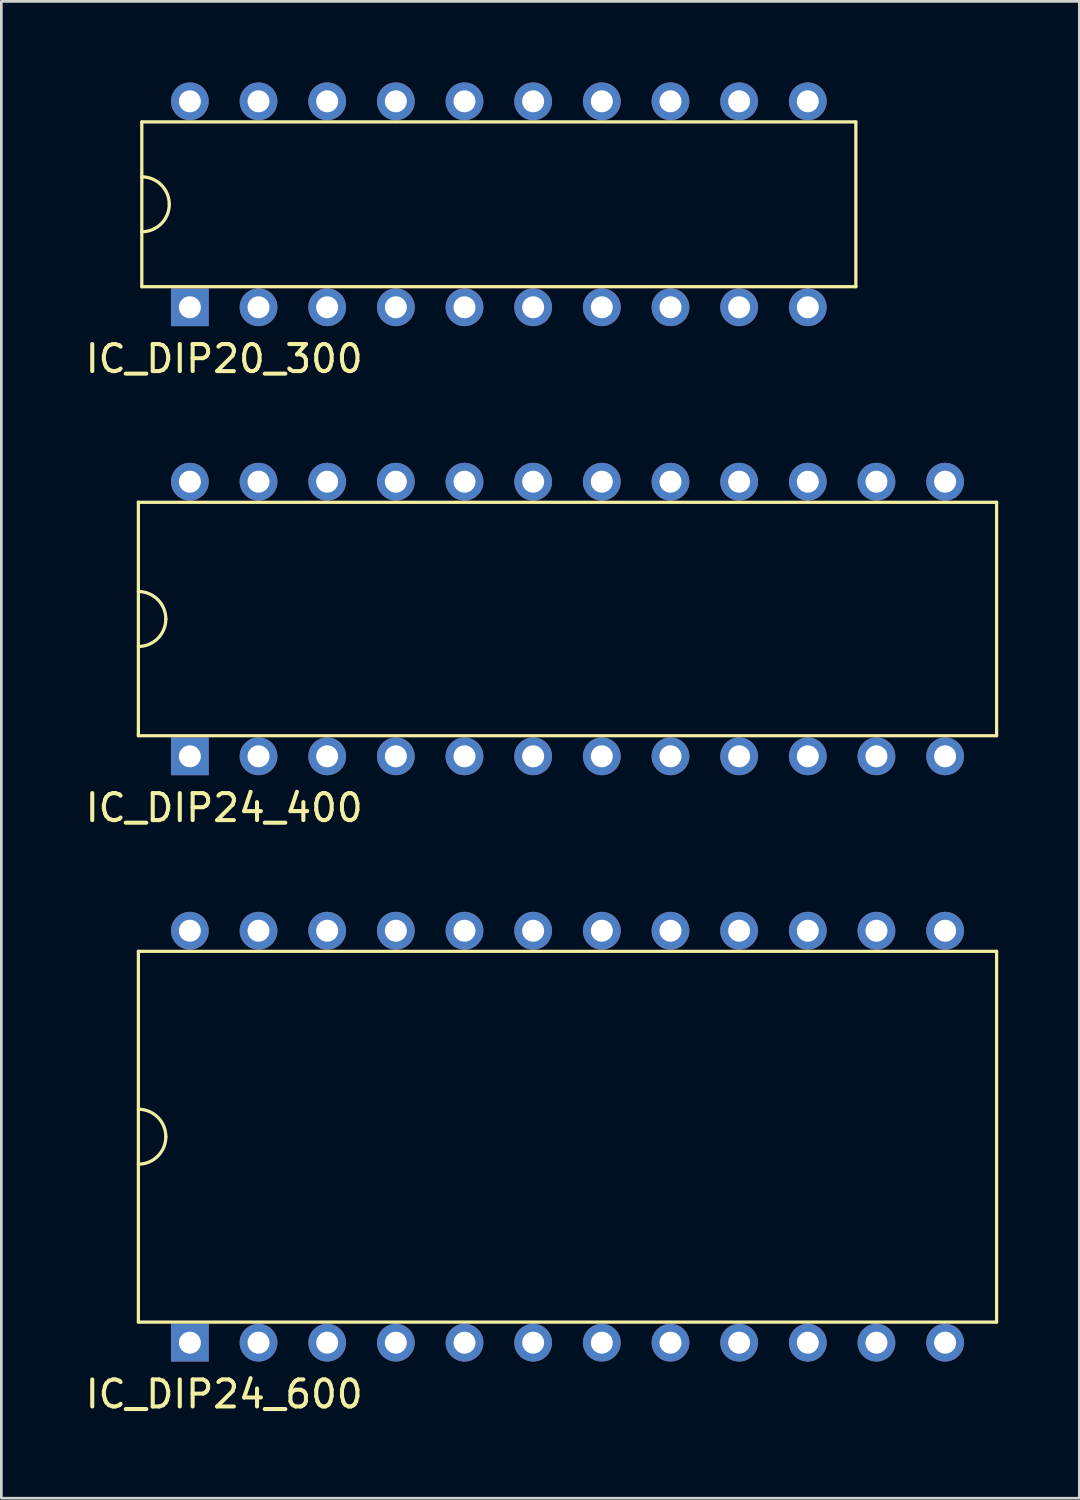
<source format=kicad_pcb>
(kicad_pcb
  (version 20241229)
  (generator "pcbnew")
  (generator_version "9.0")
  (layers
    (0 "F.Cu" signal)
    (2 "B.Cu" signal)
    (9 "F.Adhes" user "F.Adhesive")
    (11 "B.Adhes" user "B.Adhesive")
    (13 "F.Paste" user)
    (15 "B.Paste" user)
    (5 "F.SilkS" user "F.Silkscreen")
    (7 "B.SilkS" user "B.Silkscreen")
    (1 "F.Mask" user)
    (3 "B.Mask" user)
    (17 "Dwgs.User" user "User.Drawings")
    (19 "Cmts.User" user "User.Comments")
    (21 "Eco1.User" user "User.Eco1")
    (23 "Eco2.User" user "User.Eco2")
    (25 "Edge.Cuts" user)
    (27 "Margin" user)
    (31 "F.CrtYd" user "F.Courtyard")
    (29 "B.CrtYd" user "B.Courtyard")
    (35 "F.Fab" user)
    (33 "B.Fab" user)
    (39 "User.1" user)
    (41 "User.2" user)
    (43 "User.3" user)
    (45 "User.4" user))
  (footprint "IC_DIP20_300"
    (layer "F.Cu")
    (at 15.404 4.508)
    (property "Reference" "IC_DIP20_300" (at -10.16 5.715 0) (layer "F.SilkS") (effects (font (size 1 1) (thickness 0.15))))
    (attr through_hole)
    (fp_line (start -13.208 -3.048) (end 13.208 -3.048) (stroke (width 0.12) (type solid)) (layer "F.SilkS"))
    (fp_line (start -13.208 3.048) (end -13.208 -3.048) (stroke (width 0.12) (type solid)) (layer "F.SilkS"))
    (fp_line (start 13.208 -3.048) (end 13.208 3.048) (stroke (width 0.12) (type solid)) (layer "F.SilkS"))
    (fp_line (start 13.208 3.048) (end -13.208 3.048) (stroke (width 0.12) (type solid)) (layer "F.SilkS"))
    (fp_arc (start -13.208 -1.016) (mid -12.48958 -0.71842) (end -12.192 0) (stroke (width 0.12) (type solid)) (layer "F.SilkS"))
    (fp_arc (start -12.192 0) (mid -12.48958 0.71842) (end -13.208 1.016) (stroke (width 0.12) (type solid)) (layer "F.SilkS"))
    (pad "1" thru_hole rect (at -11.43 3.81) (size 1.397 1.397) (drill 0.813) (layers "*.Cu" "*.Mask"))
    (pad "2" thru_hole circle (at -8.89 3.81) (size 1.397 1.397) (drill 0.813) (layers "*.Cu" "*.Mask"))
    (pad "3" thru_hole circle (at -6.35 3.81) (size 1.397 1.397) (drill 0.813) (layers "*.Cu" "*.Mask"))
    (pad "4" thru_hole circle (at -3.81 3.81) (size 1.397 1.397) (drill 0.813) (layers "*.Cu" "*.Mask"))
    (pad "5" thru_hole circle (at -1.27 3.81) (size 1.397 1.397) (drill 0.813) (layers "*.Cu" "*.Mask"))
    (pad "6" thru_hole circle (at 1.27 3.81) (size 1.397 1.397) (drill 0.813) (layers "*.Cu" "*.Mask"))
    (pad "7" thru_hole circle (at 3.81 3.81) (size 1.397 1.397) (drill 0.813) (layers "*.Cu" "*.Mask"))
    (pad "8" thru_hole circle (at 6.35 3.81) (size 1.397 1.397) (drill 0.813) (layers "*.Cu" "*.Mask"))
    (pad "9" thru_hole circle (at 8.89 3.81) (size 1.397 1.397) (drill 0.813) (layers "*.Cu" "*.Mask"))
    (pad "10" thru_hole circle (at 11.43 3.81) (size 1.397 1.397) (drill 0.813) (layers "*.Cu" "*.Mask"))
    (pad "11" thru_hole circle (at 11.43 -3.81) (size 1.397 1.397) (drill 0.813) (layers "*.Cu" "*.Mask"))
    (pad "12" thru_hole circle (at 8.89 -3.81) (size 1.397 1.397) (drill 0.813) (layers "*.Cu" "*.Mask"))
    (pad "13" thru_hole circle (at 6.35 -3.81) (size 1.397 1.397) (drill 0.813) (layers "*.Cu" "*.Mask"))
    (pad "14" thru_hole circle (at 3.81 -3.81) (size 1.397 1.397) (drill 0.813) (layers "*.Cu" "*.Mask"))
    (pad "15" thru_hole circle (at 1.27 -3.81) (size 1.397 1.397) (drill 0.813) (layers "*.Cu" "*.Mask"))
    (pad "16" thru_hole circle (at -1.27 -3.81) (size 1.397 1.397) (drill 0.813) (layers "*.Cu" "*.Mask"))
    (pad "17" thru_hole circle (at -3.81 -3.81) (size 1.397 1.397) (drill 0.813) (layers "*.Cu" "*.Mask"))
    (pad "18" thru_hole circle (at -6.35 -3.81) (size 1.397 1.397) (drill 0.813) (layers "*.Cu" "*.Mask"))
    (pad "19" thru_hole circle (at -8.89 -3.81) (size 1.397 1.397) (drill 0.813) (layers "*.Cu" "*.Mask"))
    (pad "20" thru_hole circle (at -11.43 -3.81) (size 1.397 1.397) (drill 0.813) (layers "*.Cu" "*.Mask")))
  (footprint "IC_DIP24_600"
    (layer "F.Cu")
    (at 17.944 39.002)
    (property "Reference" "IC_DIP24_600" (at -12.7 9.525 0) (layer "F.SilkS") (effects (font (size 1 1) (thickness 0.15))))
    (attr through_hole)
    (fp_line (start -15.875 -6.858) (end 15.875 -6.858) (stroke (width 0.12) (type solid)) (layer "F.SilkS"))
    (fp_line (start -15.875 6.858) (end -15.875 -6.858) (stroke (width 0.12) (type solid)) (layer "F.SilkS"))
    (fp_line (start 15.875 -6.858) (end 15.875 6.858) (stroke (width 0.12) (type solid)) (layer "F.SilkS"))
    (fp_line (start 15.875 6.858) (end -15.875 6.858) (stroke (width 0.12) (type solid)) (layer "F.SilkS"))
    (fp_arc (start -15.875 -1.016) (mid -15.15658 -0.71842) (end -14.859 0) (stroke (width 0.12) (type solid)) (layer "F.SilkS"))
    (fp_arc (start -14.859 0) (mid -15.15658 0.71842) (end -15.875 1.016) (stroke (width 0.12) (type solid)) (layer "F.SilkS"))
    (pad "1" thru_hole rect (at -13.97 7.62) (size 1.397 1.397) (drill 0.813) (layers "*.Cu" "*.Mask"))
    (pad "2" thru_hole circle (at -11.43 7.62) (size 1.397 1.397) (drill 0.813) (layers "*.Cu" "*.Mask"))
    (pad "3" thru_hole circle (at -8.89 7.62) (size 1.397 1.397) (drill 0.813) (layers "*.Cu" "*.Mask"))
    (pad "4" thru_hole circle (at -6.35 7.62) (size 1.397 1.397) (drill 0.813) (layers "*.Cu" "*.Mask"))
    (pad "5" thru_hole circle (at -3.81 7.62) (size 1.397 1.397) (drill 0.813) (layers "*.Cu" "*.Mask"))
    (pad "6" thru_hole circle (at -1.27 7.62) (size 1.397 1.397) (drill 0.813) (layers "*.Cu" "*.Mask"))
    (pad "7" thru_hole circle (at 1.27 7.62) (size 1.397 1.397) (drill 0.813) (layers "*.Cu" "*.Mask"))
    (pad "8" thru_hole circle (at 3.81 7.62) (size 1.397 1.397) (drill 0.813) (layers "*.Cu" "*.Mask"))
    (pad "9" thru_hole circle (at 6.35 7.62) (size 1.397 1.397) (drill 0.813) (layers "*.Cu" "*.Mask"))
    (pad "10" thru_hole circle (at 8.89 7.62) (size 1.397 1.397) (drill 0.813) (layers "*.Cu" "*.Mask"))
    (pad "11" thru_hole circle (at 11.43 7.62) (size 1.397 1.397) (drill 0.813) (layers "*.Cu" "*.Mask"))
    (pad "12" thru_hole circle (at 13.97 7.62) (size 1.397 1.397) (drill 0.813) (layers "*.Cu" "*.Mask"))
    (pad "13" thru_hole circle (at 13.97 -7.62) (size 1.397 1.397) (drill 0.813) (layers "*.Cu" "*.Mask"))
    (pad "14" thru_hole circle (at 11.43 -7.62) (size 1.397 1.397) (drill 0.813) (layers "*.Cu" "*.Mask"))
    (pad "15" thru_hole circle (at 8.89 -7.62) (size 1.397 1.397) (drill 0.813) (layers "*.Cu" "*.Mask"))
    (pad "16" thru_hole circle (at 6.35 -7.62) (size 1.397 1.397) (drill 0.813) (layers "*.Cu" "*.Mask"))
    (pad "17" thru_hole circle (at 3.81 -7.62) (size 1.397 1.397) (drill 0.813) (layers "*.Cu" "*.Mask"))
    (pad "18" thru_hole circle (at 1.27 -7.62) (size 1.397 1.397) (drill 0.813) (layers "*.Cu" "*.Mask"))
    (pad "19" thru_hole circle (at -1.27 -7.62) (size 1.397 1.397) (drill 0.813) (layers "*.Cu" "*.Mask"))
    (pad "20" thru_hole circle (at -3.81 -7.62) (size 1.397 1.397) (drill 0.813) (layers "*.Cu" "*.Mask"))
    (pad "21" thru_hole circle (at -6.35 -7.62) (size 1.397 1.397) (drill 0.813) (layers "*.Cu" "*.Mask"))
    (pad "22" thru_hole circle (at -8.89 -7.62) (size 1.397 1.397) (drill 0.813) (layers "*.Cu" "*.Mask"))
    (pad "23" thru_hole circle (at -11.43 -7.62) (size 1.397 1.397) (drill 0.813) (layers "*.Cu" "*.Mask"))
    (pad "24" thru_hole circle (at -13.97 -7.62) (size 1.397 1.397) (drill 0.813) (layers "*.Cu" "*.Mask")))
  (footprint "IC_DIP24_400"
    (layer "F.Cu")
    (at 17.944 19.85)
    (property "Reference" "IC_DIP24_400" (at -12.7 6.985 0) (layer "F.SilkS") (effects (font (size 1 1) (thickness 0.15))))
    (attr through_hole)
    (fp_line (start -15.875 -4.318) (end 15.875 -4.318) (stroke (width 0.12) (type solid)) (layer "F.SilkS"))
    (fp_line (start -15.875 4.318) (end -15.875 -4.318) (stroke (width 0.12) (type solid)) (layer "F.SilkS"))
    (fp_line (start 15.875 -4.318) (end 15.875 4.318) (stroke (width 0.12) (type solid)) (layer "F.SilkS"))
    (fp_line (start 15.875 4.318) (end -15.875 4.318) (stroke (width 0.12) (type solid)) (layer "F.SilkS"))
    (fp_arc (start -15.875 -1.016) (mid -15.15658 -0.71842) (end -14.859 0) (stroke (width 0.12) (type solid)) (layer "F.SilkS"))
    (fp_arc (start -14.859 0) (mid -15.15658 0.71842) (end -15.875 1.016) (stroke (width 0.12) (type solid)) (layer "F.SilkS"))
    (pad "1" thru_hole rect (at -13.97 5.08) (size 1.397 1.397) (drill 0.813) (layers "*.Cu" "*.Mask"))
    (pad "2" thru_hole circle (at -11.43 5.08) (size 1.397 1.397) (drill 0.813) (layers "*.Cu" "*.Mask"))
    (pad "3" thru_hole circle (at -8.89 5.08) (size 1.397 1.397) (drill 0.813) (layers "*.Cu" "*.Mask"))
    (pad "4" thru_hole circle (at -6.35 5.08) (size 1.397 1.397) (drill 0.813) (layers "*.Cu" "*.Mask"))
    (pad "5" thru_hole circle (at -3.81 5.08) (size 1.397 1.397) (drill 0.813) (layers "*.Cu" "*.Mask"))
    (pad "6" thru_hole circle (at -1.27 5.08) (size 1.397 1.397) (drill 0.813) (layers "*.Cu" "*.Mask"))
    (pad "7" thru_hole circle (at 1.27 5.08) (size 1.397 1.397) (drill 0.813) (layers "*.Cu" "*.Mask"))
    (pad "8" thru_hole circle (at 3.81 5.08) (size 1.397 1.397) (drill 0.813) (layers "*.Cu" "*.Mask"))
    (pad "9" thru_hole circle (at 6.35 5.08) (size 1.397 1.397) (drill 0.813) (layers "*.Cu" "*.Mask"))
    (pad "10" thru_hole circle (at 8.89 5.08) (size 1.397 1.397) (drill 0.813) (layers "*.Cu" "*.Mask"))
    (pad "11" thru_hole circle (at 11.43 5.08) (size 1.397 1.397) (drill 0.813) (layers "*.Cu" "*.Mask"))
    (pad "12" thru_hole circle (at 13.97 5.08) (size 1.397 1.397) (drill 0.813) (layers "*.Cu" "*.Mask"))
    (pad "13" thru_hole circle (at 13.97 -5.08) (size 1.397 1.397) (drill 0.813) (layers "*.Cu" "*.Mask"))
    (pad "14" thru_hole circle (at 11.43 -5.08) (size 1.397 1.397) (drill 0.813) (layers "*.Cu" "*.Mask"))
    (pad "15" thru_hole circle (at 8.89 -5.08) (size 1.397 1.397) (drill 0.813) (layers "*.Cu" "*.Mask"))
    (pad "16" thru_hole circle (at 6.35 -5.08) (size 1.397 1.397) (drill 0.813) (layers "*.Cu" "*.Mask"))
    (pad "17" thru_hole circle (at 3.81 -5.08) (size 1.397 1.397) (drill 0.813) (layers "*.Cu" "*.Mask"))
    (pad "18" thru_hole circle (at 1.27 -5.08) (size 1.397 1.397) (drill 0.813) (layers "*.Cu" "*.Mask"))
    (pad "19" thru_hole circle (at -1.27 -5.08) (size 1.397 1.397) (drill 0.813) (layers "*.Cu" "*.Mask"))
    (pad "20" thru_hole circle (at -3.81 -5.08) (size 1.397 1.397) (drill 0.813) (layers "*.Cu" "*.Mask"))
    (pad "21" thru_hole circle (at -6.35 -5.08) (size 1.397 1.397) (drill 0.813) (layers "*.Cu" "*.Mask"))
    (pad "22" thru_hole circle (at -8.89 -5.08) (size 1.397 1.397) (drill 0.813) (layers "*.Cu" "*.Mask"))
    (pad "23" thru_hole circle (at -11.43 -5.08) (size 1.397 1.397) (drill 0.813) (layers "*.Cu" "*.Mask"))
    (pad "24" thru_hole circle (at -13.97 -5.08) (size 1.397 1.397) (drill 0.813) (layers "*.Cu" "*.Mask")))
  (gr_rect
    (start -3 -3)
    (end 36.879 52.375)
    (stroke (width 0.1) (type default))
    (fill no)
    (layer "Edge.Cuts")))
</source>
